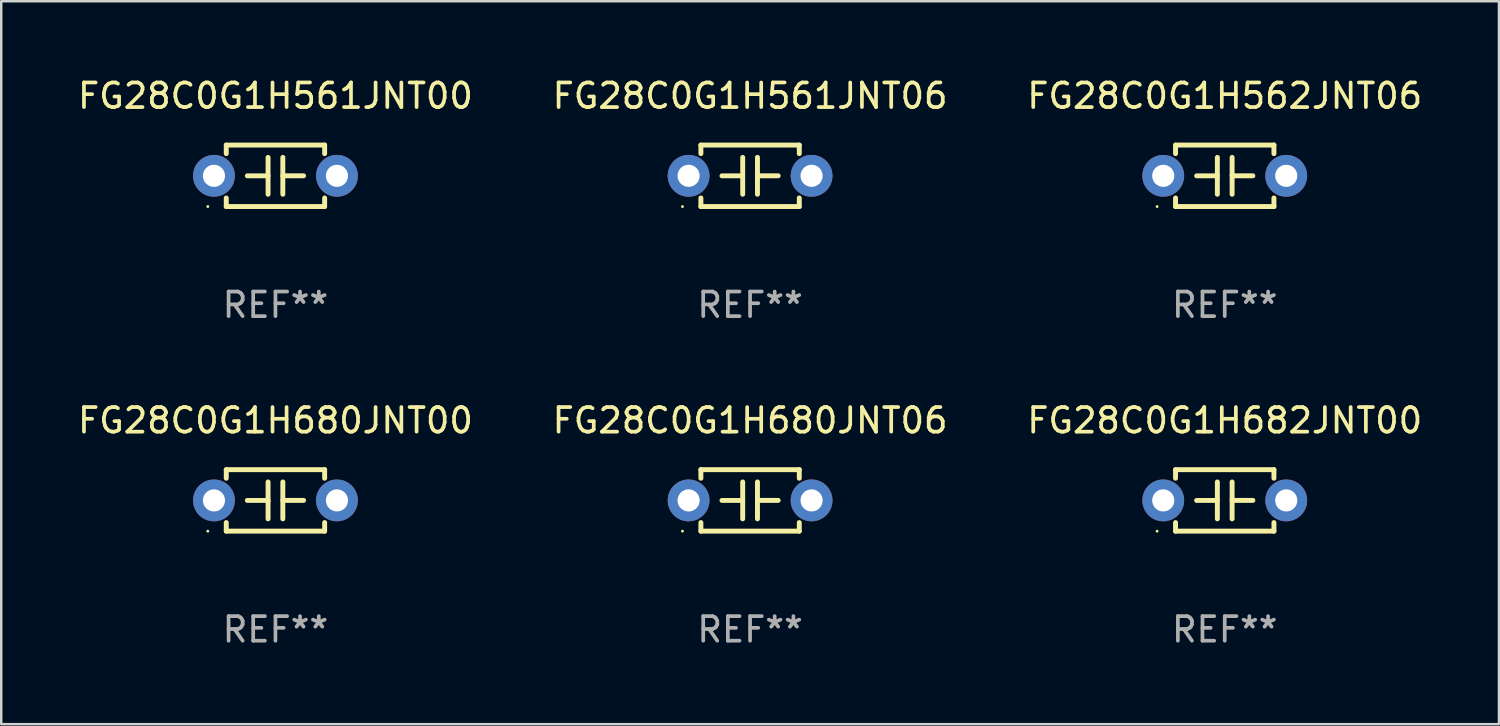
<source format=kicad_pcb>
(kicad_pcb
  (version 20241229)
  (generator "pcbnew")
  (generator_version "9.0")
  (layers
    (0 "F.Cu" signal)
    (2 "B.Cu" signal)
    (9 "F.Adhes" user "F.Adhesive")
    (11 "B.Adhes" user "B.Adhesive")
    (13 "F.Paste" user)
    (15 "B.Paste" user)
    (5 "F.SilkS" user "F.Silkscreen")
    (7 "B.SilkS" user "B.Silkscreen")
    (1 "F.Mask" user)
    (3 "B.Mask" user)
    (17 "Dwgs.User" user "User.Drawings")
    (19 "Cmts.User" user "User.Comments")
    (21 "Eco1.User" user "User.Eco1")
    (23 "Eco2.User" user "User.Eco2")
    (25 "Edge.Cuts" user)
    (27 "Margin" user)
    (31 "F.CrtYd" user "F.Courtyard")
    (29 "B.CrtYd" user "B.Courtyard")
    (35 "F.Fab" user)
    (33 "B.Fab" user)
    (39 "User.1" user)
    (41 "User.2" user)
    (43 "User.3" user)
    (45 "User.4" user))
  (footprint "FG28C0G1H561JNT00"
    (layer "F.Cu")
    (at 8.149 4.098)
    (property "Reference" "FG28C0G1H561JNT00" (at 0 -3.25 0) (layer "F.SilkS") (effects (font (size 1 1) (thickness 0.15))))
    (attr through_hole)
    (fp_line (start -2 -1.25) (end -2 -0.901) (stroke (width 0.2) (type solid)) (layer "F.SilkS"))
    (fp_line (start -2 -1.25) (end 2 -1.25) (stroke (width 0.2) (type solid)) (layer "F.SilkS"))
    (fp_line (start -2 0.901) (end -2 1.25) (stroke (width 0.2) (type solid)) (layer "F.SilkS"))
    (fp_line (start -0.3 -0.75) (end -0.3 0.75) (stroke (width 0.2) (type solid)) (layer "F.SilkS"))
    (fp_line (start -0.3 0.001) (end -1.143 0.001) (stroke (width 0.2) (type solid)) (layer "F.SilkS"))
    (fp_line (start 0.3 -0.001) (end 1.143 -0.001) (stroke (width 0.2) (type solid)) (layer "F.SilkS"))
    (fp_line (start 0.3 0.75) (end 0.3 -0.75) (stroke (width 0.2) (type solid)) (layer "F.SilkS"))
    (fp_line (start 2 -1.25) (end 2 -0.901) (stroke (width 0.2) (type solid)) (layer "F.SilkS"))
    (fp_line (start 2 0.901) (end 2 1.25) (stroke (width 0.2) (type solid)) (layer "F.SilkS"))
    (fp_line (start 2 1.25) (end -2 1.25) (stroke (width 0.2) (type solid)) (layer "F.SilkS"))
    (fp_circle (center -2.75 1.25) (end -2.72 1.25) (stroke (width 0.06) (type solid)) (fill no) (layer "F.SilkS"))
    (fp_text user "REF**" (at 0 5.25 0) (layer "F.Fab") (effects (font (size 1 1) (thickness 0.15))))
    (pad "1" thru_hole circle (at -2.5 0) (size 1.7 1.7) (drill 0.9) (layers "*.Cu" "*.Mask"))
    (pad "2" thru_hole circle (at 2.5 0) (size 1.7 1.7) (drill 0.9) (layers "*.Cu" "*.Mask")))
  (footprint "FG28C0G1H680JNT00"
    (layer "F.Cu")
    (at 8.149 17.295)
    (property "Reference" "FG28C0G1H680JNT00" (at 0 -3.25 0) (layer "F.SilkS") (effects (font (size 1 1) (thickness 0.15))))
    (attr through_hole)
    (fp_line (start -2 -1.25) (end -2 -0.901) (stroke (width 0.2) (type solid)) (layer "F.SilkS"))
    (fp_line (start -2 -1.25) (end 2 -1.25) (stroke (width 0.2) (type solid)) (layer "F.SilkS"))
    (fp_line (start -2 0.901) (end -2 1.25) (stroke (width 0.2) (type solid)) (layer "F.SilkS"))
    (fp_line (start -0.3 -0.75) (end -0.3 0.75) (stroke (width 0.2) (type solid)) (layer "F.SilkS"))
    (fp_line (start -0.3 0.001) (end -1.143 0.001) (stroke (width 0.2) (type solid)) (layer "F.SilkS"))
    (fp_line (start 0.3 -0.001) (end 1.143 -0.001) (stroke (width 0.2) (type solid)) (layer "F.SilkS"))
    (fp_line (start 0.3 0.75) (end 0.3 -0.75) (stroke (width 0.2) (type solid)) (layer "F.SilkS"))
    (fp_line (start 2 -1.25) (end 2 -0.901) (stroke (width 0.2) (type solid)) (layer "F.SilkS"))
    (fp_line (start 2 0.901) (end 2 1.25) (stroke (width 0.2) (type solid)) (layer "F.SilkS"))
    (fp_line (start 2 1.25) (end -2 1.25) (stroke (width 0.2) (type solid)) (layer "F.SilkS"))
    (fp_circle (center -2.75 1.25) (end -2.72 1.25) (stroke (width 0.06) (type solid)) (fill no) (layer "F.SilkS"))
    (fp_text user "REF**" (at 0 5.25 0) (layer "F.Fab") (effects (font (size 1 1) (thickness 0.15))))
    (pad "1" thru_hole circle (at -2.5 0) (size 1.7 1.7) (drill 0.9) (layers "*.Cu" "*.Mask"))
    (pad "2" thru_hole circle (at 2.5 0) (size 1.7 1.7) (drill 0.9) (layers "*.Cu" "*.Mask")))
  (footprint "FG28C0G1H682JNT00"
    (layer "F.Cu")
    (at 46.744 17.295)
    (property "Reference" "FG28C0G1H682JNT00" (at 0 -3.25 0) (layer "F.SilkS") (effects (font (size 1 1) (thickness 0.15))))
    (attr through_hole)
    (fp_line (start -2 -1.25) (end -2 -0.901) (stroke (width 0.2) (type solid)) (layer "F.SilkS"))
    (fp_line (start -2 -1.25) (end 2 -1.25) (stroke (width 0.2) (type solid)) (layer "F.SilkS"))
    (fp_line (start -2 0.901) (end -2 1.25) (stroke (width 0.2) (type solid)) (layer "F.SilkS"))
    (fp_line (start -0.3 -0.75) (end -0.3 0.75) (stroke (width 0.2) (type solid)) (layer "F.SilkS"))
    (fp_line (start -0.3 0.001) (end -1.143 0.001) (stroke (width 0.2) (type solid)) (layer "F.SilkS"))
    (fp_line (start 0.3 -0.001) (end 1.143 -0.001) (stroke (width 0.2) (type solid)) (layer "F.SilkS"))
    (fp_line (start 0.3 0.75) (end 0.3 -0.75) (stroke (width 0.2) (type solid)) (layer "F.SilkS"))
    (fp_line (start 2 -1.25) (end 2 -0.901) (stroke (width 0.2) (type solid)) (layer "F.SilkS"))
    (fp_line (start 2 0.901) (end 2 1.25) (stroke (width 0.2) (type solid)) (layer "F.SilkS"))
    (fp_line (start 2 1.25) (end -2 1.25) (stroke (width 0.2) (type solid)) (layer "F.SilkS"))
    (fp_circle (center -2.75 1.25) (end -2.72 1.25) (stroke (width 0.06) (type solid)) (fill no) (layer "F.SilkS"))
    (fp_text user "REF**" (at 0 5.25 0) (layer "F.Fab") (effects (font (size 1 1) (thickness 0.15))))
    (pad "1" thru_hole circle (at -2.5 0) (size 1.7 1.7) (drill 0.9) (layers "*.Cu" "*.Mask"))
    (pad "2" thru_hole circle (at 2.5 0) (size 1.7 1.7) (drill 0.9) (layers "*.Cu" "*.Mask")))
  (footprint "FG28C0G1H562JNT06"
    (layer "F.Cu")
    (at 46.744 4.098)
    (property "Reference" "FG28C0G1H562JNT06" (at 0 -3.25 0) (layer "F.SilkS") (effects (font (size 1 1) (thickness 0.15))))
    (attr through_hole)
    (fp_line (start -2 -1.25) (end -2 -0.901) (stroke (width 0.2) (type solid)) (layer "F.SilkS"))
    (fp_line (start -2 -1.25) (end 2 -1.25) (stroke (width 0.2) (type solid)) (layer "F.SilkS"))
    (fp_line (start -2 0.901) (end -2 1.25) (stroke (width 0.2) (type solid)) (layer "F.SilkS"))
    (fp_line (start -0.3 -0.75) (end -0.3 0.75) (stroke (width 0.2) (type solid)) (layer "F.SilkS"))
    (fp_line (start -0.3 0.001) (end -1.143 0.001) (stroke (width 0.2) (type solid)) (layer "F.SilkS"))
    (fp_line (start 0.3 -0.001) (end 1.143 -0.001) (stroke (width 0.2) (type solid)) (layer "F.SilkS"))
    (fp_line (start 0.3 0.75) (end 0.3 -0.75) (stroke (width 0.2) (type solid)) (layer "F.SilkS"))
    (fp_line (start 2 -1.25) (end 2 -0.901) (stroke (width 0.2) (type solid)) (layer "F.SilkS"))
    (fp_line (start 2 0.901) (end 2 1.25) (stroke (width 0.2) (type solid)) (layer "F.SilkS"))
    (fp_line (start 2 1.25) (end -2 1.25) (stroke (width 0.2) (type solid)) (layer "F.SilkS"))
    (fp_circle (center -2.75 1.25) (end -2.72 1.25) (stroke (width 0.06) (type solid)) (fill no) (layer "F.SilkS"))
    (fp_text user "REF**" (at 0 5.25 0) (layer "F.Fab") (effects (font (size 1 1) (thickness 0.15))))
    (pad "1" thru_hole circle (at -2.5 0) (size 1.7 1.7) (drill 0.9) (layers "*.Cu" "*.Mask"))
    (pad "2" thru_hole circle (at 2.5 0) (size 1.7 1.7) (drill 0.9) (layers "*.Cu" "*.Mask")))
  (footprint "FG28C0G1H561JNT06"
    (layer "F.Cu")
    (at 27.446 4.098)
    (property "Reference" "FG28C0G1H561JNT06" (at 0 -3.25 0) (layer "F.SilkS") (effects (font (size 1 1) (thickness 0.15))))
    (attr through_hole)
    (fp_line (start -2 -1.25) (end -2 -0.901) (stroke (width 0.2) (type solid)) (layer "F.SilkS"))
    (fp_line (start -2 -1.25) (end 2 -1.25) (stroke (width 0.2) (type solid)) (layer "F.SilkS"))
    (fp_line (start -2 0.901) (end -2 1.25) (stroke (width 0.2) (type solid)) (layer "F.SilkS"))
    (fp_line (start -0.3 -0.75) (end -0.3 0.75) (stroke (width 0.2) (type solid)) (layer "F.SilkS"))
    (fp_line (start -0.3 0.001) (end -1.143 0.001) (stroke (width 0.2) (type solid)) (layer "F.SilkS"))
    (fp_line (start 0.3 -0.001) (end 1.143 -0.001) (stroke (width 0.2) (type solid)) (layer "F.SilkS"))
    (fp_line (start 0.3 0.75) (end 0.3 -0.75) (stroke (width 0.2) (type solid)) (layer "F.SilkS"))
    (fp_line (start 2 -1.25) (end 2 -0.901) (stroke (width 0.2) (type solid)) (layer "F.SilkS"))
    (fp_line (start 2 0.901) (end 2 1.25) (stroke (width 0.2) (type solid)) (layer "F.SilkS"))
    (fp_line (start 2 1.25) (end -2 1.25) (stroke (width 0.2) (type solid)) (layer "F.SilkS"))
    (fp_circle (center -2.75 1.25) (end -2.72 1.25) (stroke (width 0.06) (type solid)) (fill no) (layer "F.SilkS"))
    (fp_text user "REF**" (at 0 5.25 0) (layer "F.Fab") (effects (font (size 1 1) (thickness 0.15))))
    (pad "1" thru_hole circle (at -2.5 0) (size 1.7 1.7) (drill 0.9) (layers "*.Cu" "*.Mask"))
    (pad "2" thru_hole circle (at 2.5 0) (size 1.7 1.7) (drill 0.9) (layers "*.Cu" "*.Mask")))
  (footprint "FG28C0G1H680JNT06"
    (layer "F.Cu")
    (at 27.446 17.295)
    (property "Reference" "FG28C0G1H680JNT06" (at 0 -3.25 0) (layer "F.SilkS") (effects (font (size 1 1) (thickness 0.15))))
    (attr through_hole)
    (fp_line (start -2 -1.25) (end -2 -0.901) (stroke (width 0.2) (type solid)) (layer "F.SilkS"))
    (fp_line (start -2 -1.25) (end 2 -1.25) (stroke (width 0.2) (type solid)) (layer "F.SilkS"))
    (fp_line (start -2 0.901) (end -2 1.25) (stroke (width 0.2) (type solid)) (layer "F.SilkS"))
    (fp_line (start -0.3 -0.75) (end -0.3 0.75) (stroke (width 0.2) (type solid)) (layer "F.SilkS"))
    (fp_line (start -0.3 0.001) (end -1.143 0.001) (stroke (width 0.2) (type solid)) (layer "F.SilkS"))
    (fp_line (start 0.3 -0.001) (end 1.143 -0.001) (stroke (width 0.2) (type solid)) (layer "F.SilkS"))
    (fp_line (start 0.3 0.75) (end 0.3 -0.75) (stroke (width 0.2) (type solid)) (layer "F.SilkS"))
    (fp_line (start 2 -1.25) (end 2 -0.901) (stroke (width 0.2) (type solid)) (layer "F.SilkS"))
    (fp_line (start 2 0.901) (end 2 1.25) (stroke (width 0.2) (type solid)) (layer "F.SilkS"))
    (fp_line (start 2 1.25) (end -2 1.25) (stroke (width 0.2) (type solid)) (layer "F.SilkS"))
    (fp_circle (center -2.75 1.25) (end -2.72 1.25) (stroke (width 0.06) (type solid)) (fill no) (layer "F.SilkS"))
    (fp_text user "REF**" (at 0 5.25 0) (layer "F.Fab") (effects (font (size 1 1) (thickness 0.15))))
    (pad "1" thru_hole circle (at -2.5 0) (size 1.7 1.7) (drill 0.9) (layers "*.Cu" "*.Mask"))
    (pad "2" thru_hole circle (at 2.5 0) (size 1.7 1.7) (drill 0.9) (layers "*.Cu" "*.Mask")))
  (gr_rect
    (start -3 -3)
    (end 57.893 26.393)
    (stroke (width 0.1) (type default))
    (fill no)
    (layer "Edge.Cuts")))
</source>
